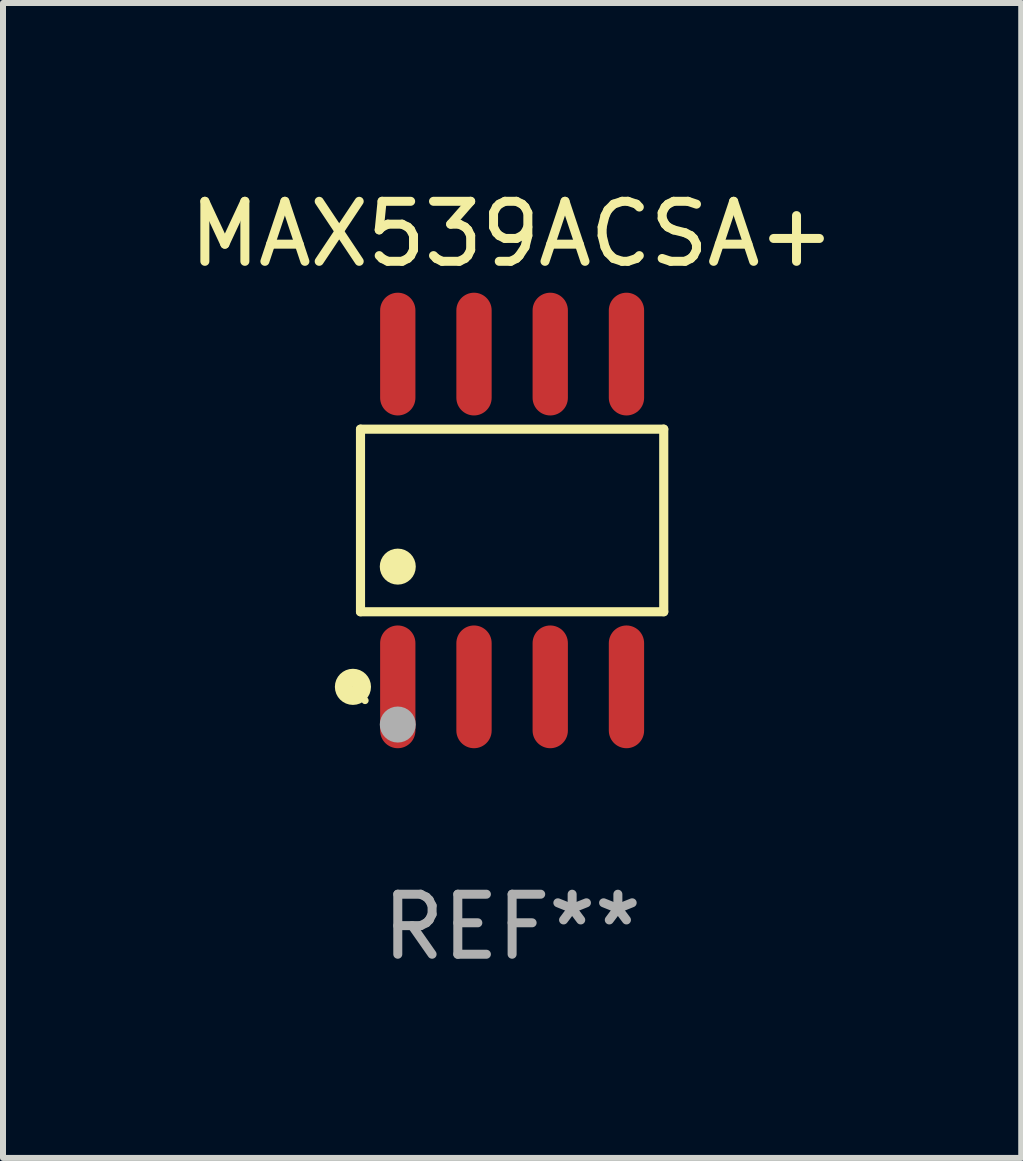
<source format=kicad_pcb>
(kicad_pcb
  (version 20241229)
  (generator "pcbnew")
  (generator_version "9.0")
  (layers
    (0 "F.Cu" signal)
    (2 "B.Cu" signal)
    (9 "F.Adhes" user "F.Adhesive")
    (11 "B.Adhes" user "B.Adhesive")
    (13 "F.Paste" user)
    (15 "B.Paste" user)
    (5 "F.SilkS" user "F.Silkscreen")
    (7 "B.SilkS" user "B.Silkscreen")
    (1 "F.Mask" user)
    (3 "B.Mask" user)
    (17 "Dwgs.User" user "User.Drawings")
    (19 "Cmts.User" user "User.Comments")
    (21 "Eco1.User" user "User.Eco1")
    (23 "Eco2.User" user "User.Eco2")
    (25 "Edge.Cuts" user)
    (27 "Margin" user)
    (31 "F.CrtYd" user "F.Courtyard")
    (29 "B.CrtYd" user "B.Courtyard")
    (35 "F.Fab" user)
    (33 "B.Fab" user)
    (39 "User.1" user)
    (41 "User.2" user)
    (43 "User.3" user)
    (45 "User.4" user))
  (footprint "MAX539ACSA+"
    (layer "F.Cu")
    (at 5.482 5.621)
    (property "Reference" "MAX539ACSA+" (at 0 -4.772 0) (layer "F.SilkS") (effects (font (size 1 1) (thickness 0.15))))
    (attr through_hole)
    (fp_line (start -2.526 -1.521) (end 2.526 -1.521) (stroke (width 0.152) (type solid)) (layer "F.SilkS"))
    (fp_line (start -2.526 1.521) (end -2.526 -1.521) (stroke (width 0.152) (type solid)) (layer "F.SilkS"))
    (fp_line (start 2.526 -1.521) (end 2.526 1.521) (stroke (width 0.152) (type solid)) (layer "F.SilkS"))
    (fp_line (start 2.526 1.521) (end -2.526 1.521) (stroke (width 0.152) (type solid)) (layer "F.SilkS"))
    (fp_circle (center -2.652 2.772) (end -2.501 2.772) (stroke (width 0.3) (type solid)) (fill no) (layer "F.SilkS"))
    (fp_circle (center -2.45 3) (end -2.42 3) (stroke (width 0.06) (type solid)) (fill no) (layer "F.SilkS"))
    (fp_circle (center -1.905 0.769) (end -1.755 0.769) (stroke (width 0.3) (type solid)) (fill no) (layer "F.SilkS"))
    (fp_circle (center -1.905 3.4) (end -1.755 3.4) (stroke (width 0.3) (type solid)) (fill no) (layer "F.Fab"))
    (fp_text user "REF**" (at 0 6.772 0) (layer "F.Fab") (effects (font (size 1 1) (thickness 0.15))))
    (pad "1" smd oval (at -1.905 2.772) (size 0.588 2.045) (layers "F.Cu" "F.Mask" "F.Paste"))
    (pad "2" smd oval (at -0.635 2.772) (size 0.588 2.045) (layers "F.Cu" "F.Mask" "F.Paste"))
    (pad "3" smd oval (at 0.635 2.772) (size 0.588 2.045) (layers "F.Cu" "F.Mask" "F.Paste"))
    (pad "4" smd oval (at 1.905 2.772) (size 0.588 2.045) (layers "F.Cu" "F.Mask" "F.Paste"))
    (pad "5" smd oval (at 1.905 -2.772) (size 0.588 2.045) (layers "F.Cu" "F.Mask" "F.Paste"))
    (pad "6" smd oval (at 0.635 -2.772) (size 0.588 2.045) (layers "F.Cu" "F.Mask" "F.Paste"))
    (pad "7" smd oval (at -0.635 -2.772) (size 0.588 2.045) (layers "F.Cu" "F.Mask" "F.Paste"))
    (pad "8" smd oval (at -1.905 -2.772) (size 0.588 2.045) (layers "F.Cu" "F.Mask" "F.Paste")))
  (gr_rect
    (start -3 -3)
    (end 13.964 16.241)
    (stroke (width 0.1) (type default))
    (fill no)
    (layer "Edge.Cuts")))
</source>
